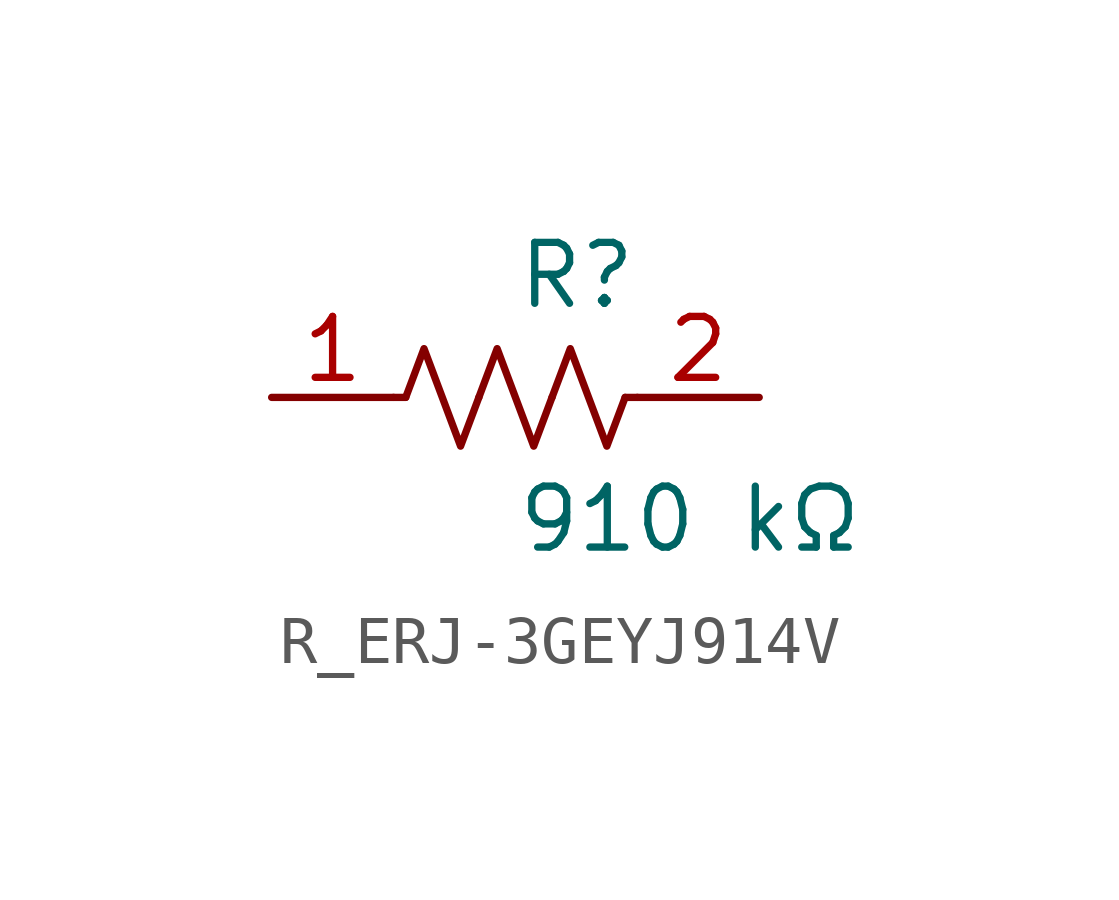
<source format=kicad_sym>
(kicad_symbol_lib
  (version 20231120)
  (generator kicad_symbol_editor)
  (generator_version 8.0)
  (symbol "R_ERJ-3GEYJ914V"
    (pin_names
      (offset 0.254))
    (property "Reference" "R"
      (at 0 2.54 0)
      (effects (font (size 1.27 1.27)) (justify left)))
    (property "Value" "910 kΩ"
      (at 0 -2.54 0)
      (effects (font (size 1.27 1.27)) (justify left)))
    (symbol "R_ERJ-3GEYJ914V_0_1"
      (polyline (pts (xy 2.286 0) (xy 2.54 0)) (stroke (width 0) (type default)) (fill (type none)))
      (polyline (pts (xy -2.286 0) (xy -2.54 0)) (stroke (width 0) (type default)) (fill (type none)))
      (polyline (pts (xy 0.762 0) (xy 1.143 1.016) (xy 1.524 0) (xy 1.905 -1.016) (xy 2.286 0)) (stroke (width 0) (type default)) (fill (type none)))
      (polyline (pts (xy -0.762 0) (xy -0.381 1.016) (xy 0 0) (xy 0.381 -1.016) (xy 0.762 0)) (stroke (width 0) (type default)) (fill (type none)))
      (polyline (pts (xy -2.286 0) (xy -1.905 1.016) (xy -1.524 0) (xy -1.143 -1.016) (xy -0.762 0)) (stroke (width 0) (type default)) (fill (type none))))
    (pin passive line
      (at -5.08 0 0)
      (length 2.54)
      (name "" (effects (font (size 1.27 1.27))))
      (number "1" (effects (font (size 1.27 1.27)))))
    (pin passive line
      (at 5.08 0 180)
      (length 2.54)
      (name "" (effects (font (size 1.27 1.27))))
      (number "2" (effects (font (size 1.27 1.27)))))))
</source>
